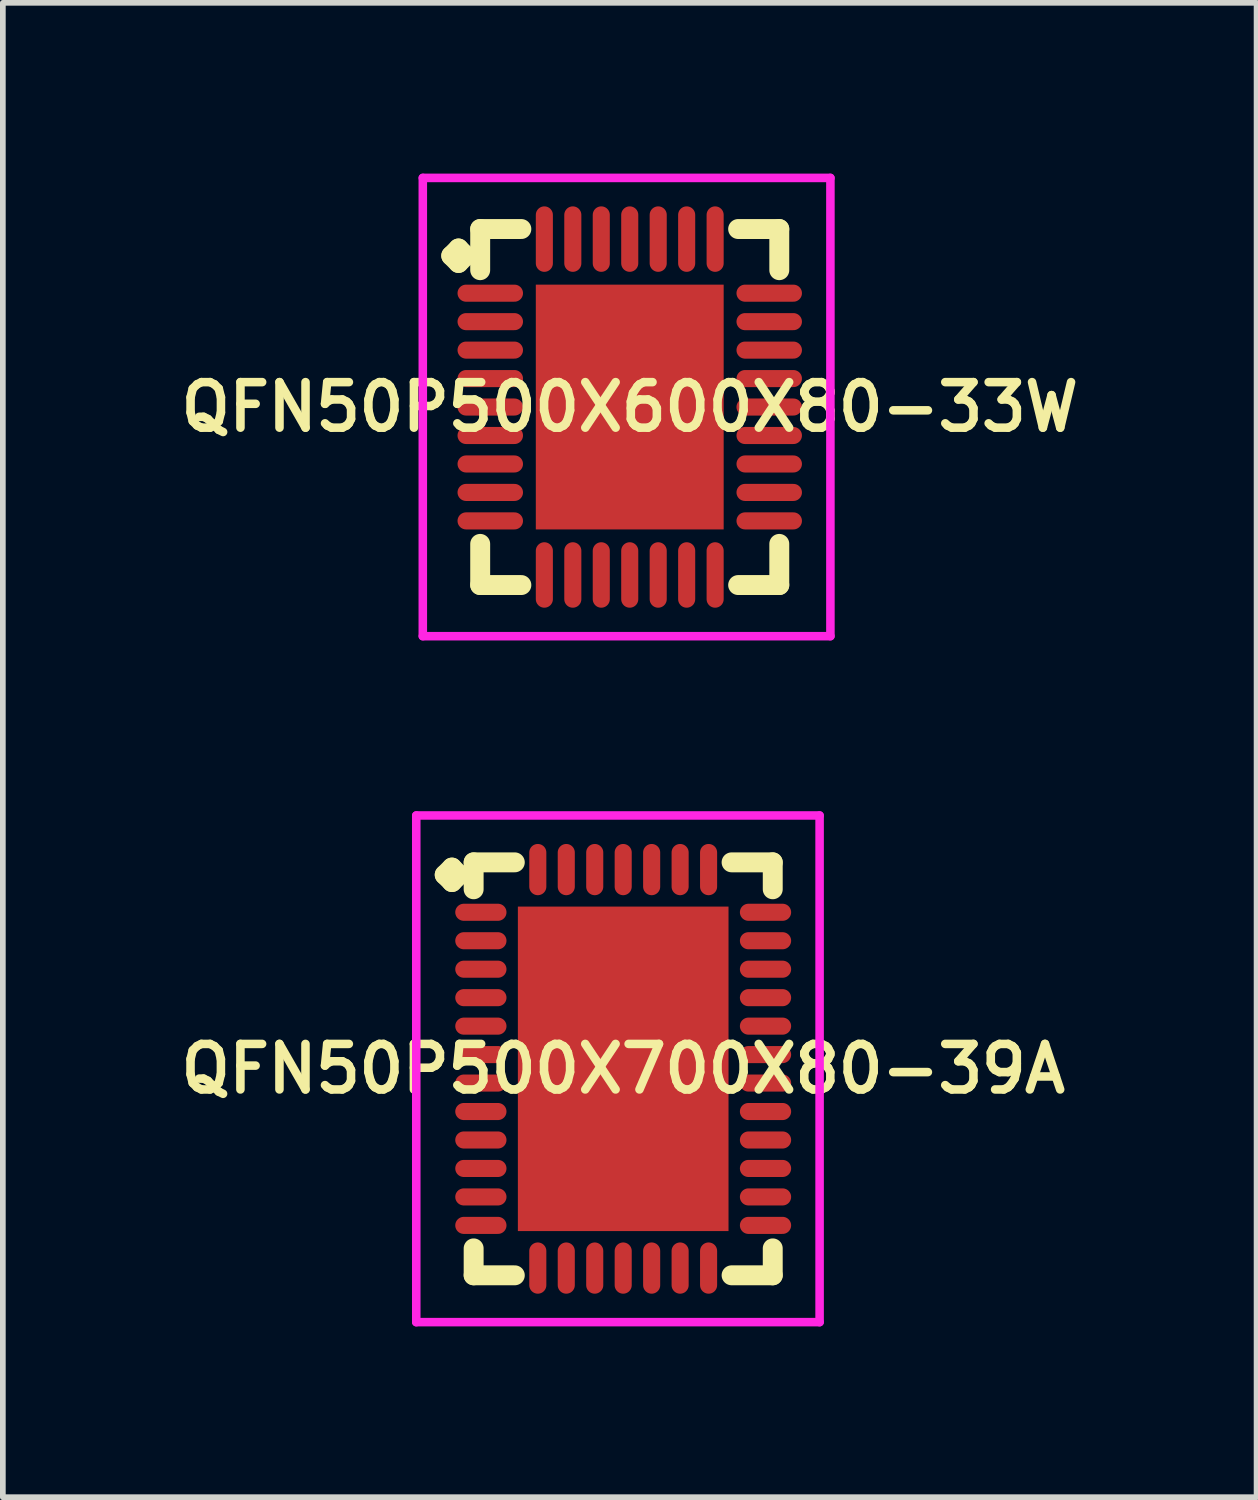
<source format=kicad_pcb>
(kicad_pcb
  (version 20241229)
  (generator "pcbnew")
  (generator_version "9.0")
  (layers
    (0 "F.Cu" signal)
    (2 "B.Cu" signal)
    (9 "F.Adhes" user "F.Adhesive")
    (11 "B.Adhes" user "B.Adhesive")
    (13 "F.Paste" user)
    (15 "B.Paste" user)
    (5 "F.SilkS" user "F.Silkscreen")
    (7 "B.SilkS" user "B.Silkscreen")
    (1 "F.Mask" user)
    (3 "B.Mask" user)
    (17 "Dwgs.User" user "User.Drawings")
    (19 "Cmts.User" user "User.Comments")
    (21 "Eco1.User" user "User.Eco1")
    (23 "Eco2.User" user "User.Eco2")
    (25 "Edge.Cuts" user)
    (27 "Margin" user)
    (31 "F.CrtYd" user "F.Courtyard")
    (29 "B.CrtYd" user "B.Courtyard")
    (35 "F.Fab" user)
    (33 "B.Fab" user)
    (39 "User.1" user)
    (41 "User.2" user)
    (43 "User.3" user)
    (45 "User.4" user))
  (footprint "QFN50P500X700X80-39A"
    (layer "F.Cu")
    (at 7.897 15.725)
    (property "Reference" "QFN50P500X700X80-39A" (at 0 0 0) (layer "F.SilkS") (effects (font (size 0.8 0.8) (thickness 0.15))))
    (attr smd)
    (fp_line (start -3.135 -3.408) (end -3.008 -3.535) (stroke (width 0.35) (type solid)) (layer "F.SilkS"))
    (fp_line (start -3.008 -3.535) (end -2.881 -3.408) (stroke (width 0.35) (type solid)) (layer "F.SilkS"))
    (fp_line (start -3.008 -3.281) (end -3.135 -3.408) (stroke (width 0.35) (type solid)) (layer "F.SilkS"))
    (fp_line (start -2.881 -3.408) (end -3.008 -3.281) (stroke (width 0.35) (type solid)) (layer "F.SilkS"))
    (fp_line (start -2.627 -3.627) (end -1.904 -3.627) (stroke (width 0.35) (type solid)) (layer "F.SilkS"))
    (fp_line (start -2.627 -3.154) (end -2.627 -3.627) (stroke (width 0.35) (type solid)) (layer "F.SilkS"))
    (fp_line (start -2.627 3.154) (end -2.627 3.627) (stroke (width 0.35) (type solid)) (layer "F.SilkS"))
    (fp_line (start -2.627 3.627) (end -1.904 3.627) (stroke (width 0.35) (type solid)) (layer "F.SilkS"))
    (fp_line (start 1.904 -3.627) (end 2.627 -3.627) (stroke (width 0.35) (type solid)) (layer "F.SilkS"))
    (fp_line (start 1.904 3.627) (end 2.627 3.627) (stroke (width 0.35) (type solid)) (layer "F.SilkS"))
    (fp_line (start 2.627 -3.627) (end 2.627 -3.154) (stroke (width 0.35) (type solid)) (layer "F.SilkS"))
    (fp_line (start 2.627 3.627) (end 2.627 3.154) (stroke (width 0.35) (type solid)) (layer "F.SilkS"))
    (fp_line (start -3.635 -4.45) (end 3.45 -4.45) (stroke (width 0.15) (type solid)) (layer "F.CrtYd"))
    (fp_line (start -3.635 4.45) (end -3.635 -4.45) (stroke (width 0.15) (type solid)) (layer "F.CrtYd"))
    (fp_line (start 3.45 -4.45) (end 3.45 4.45) (stroke (width 0.15) (type solid)) (layer "F.CrtYd"))
    (fp_line (start 3.45 4.45) (end -3.635 4.45) (stroke (width 0.15) (type solid)) (layer "F.CrtYd"))
    (pad "1" smd oval (at -2.5 -2.75) (size 0.9 0.3) (layers "F.Cu" "F.Mask" "F.Paste"))
    (pad "2" smd oval (at -2.5 -2.25) (size 0.9 0.3) (layers "F.Cu" "F.Mask" "F.Paste"))
    (pad "3" smd oval (at -2.5 -1.75) (size 0.9 0.3) (layers "F.Cu" "F.Mask" "F.Paste"))
    (pad "4" smd oval (at -2.5 -1.25) (size 0.9 0.3) (layers "F.Cu" "F.Mask" "F.Paste"))
    (pad "5" smd oval (at -2.5 -0.75) (size 0.9 0.3) (layers "F.Cu" "F.Mask" "F.Paste"))
    (pad "6" smd oval (at -2.5 -0.25) (size 0.9 0.3) (layers "F.Cu" "F.Mask" "F.Paste"))
    (pad "7" smd oval (at -2.5 0.25) (size 0.9 0.3) (layers "F.Cu" "F.Mask" "F.Paste"))
    (pad "8" smd oval (at -2.5 0.75) (size 0.9 0.3) (layers "F.Cu" "F.Mask" "F.Paste"))
    (pad "9" smd oval (at -2.5 1.25) (size 0.9 0.3) (layers "F.Cu" "F.Mask" "F.Paste"))
    (pad "10" smd oval (at -2.5 1.75) (size 0.9 0.3) (layers "F.Cu" "F.Mask" "F.Paste"))
    (pad "11" smd oval (at -2.5 2.25) (size 0.9 0.3) (layers "F.Cu" "F.Mask" "F.Paste"))
    (pad "12" smd oval (at -2.5 2.75) (size 0.9 0.3) (layers "F.Cu" "F.Mask" "F.Paste"))
    (pad "13" smd oval (at -1.5 3.5) (size 0.3 0.9) (layers "F.Cu" "F.Mask" "F.Paste"))
    (pad "14" smd oval (at -1 3.5) (size 0.3 0.9) (layers "F.Cu" "F.Mask" "F.Paste"))
    (pad "15" smd oval (at -0.5 3.5) (size 0.3 0.9) (layers "F.Cu" "F.Mask" "F.Paste"))
    (pad "16" smd oval (at 0 3.5) (size 0.3 0.9) (layers "F.Cu" "F.Mask" "F.Paste"))
    (pad "17" smd oval (at 0.5 3.5) (size 0.3 0.9) (layers "F.Cu" "F.Mask" "F.Paste"))
    (pad "18" smd oval (at 1 3.5) (size 0.3 0.9) (layers "F.Cu" "F.Mask" "F.Paste"))
    (pad "19" smd oval (at 1.5 3.5) (size 0.3 0.9) (layers "F.Cu" "F.Mask" "F.Paste"))
    (pad "20" smd oval (at 2.5 2.75) (size 0.9 0.3) (layers "F.Cu" "F.Mask" "F.Paste"))
    (pad "21" smd oval (at 2.5 2.25) (size 0.9 0.3) (layers "F.Cu" "F.Mask" "F.Paste"))
    (pad "22" smd oval (at 2.5 1.75) (size 0.9 0.3) (layers "F.Cu" "F.Mask" "F.Paste"))
    (pad "23" smd oval (at 2.5 1.25) (size 0.9 0.3) (layers "F.Cu" "F.Mask" "F.Paste"))
    (pad "24" smd oval (at 2.5 0.75) (size 0.9 0.3) (layers "F.Cu" "F.Mask" "F.Paste"))
    (pad "25" smd oval (at 2.5 0.25) (size 0.9 0.3) (layers "F.Cu" "F.Mask" "F.Paste"))
    (pad "26" smd oval (at 2.5 -0.25) (size 0.9 0.3) (layers "F.Cu" "F.Mask" "F.Paste"))
    (pad "27" smd oval (at 2.5 -0.75) (size 0.9 0.3) (layers "F.Cu" "F.Mask" "F.Paste"))
    (pad "28" smd oval (at 2.5 -1.25) (size 0.9 0.3) (layers "F.Cu" "F.Mask" "F.Paste"))
    (pad "29" smd oval (at 2.5 -1.75) (size 0.9 0.3) (layers "F.Cu" "F.Mask" "F.Paste"))
    (pad "30" smd oval (at 2.5 -2.25) (size 0.9 0.3) (layers "F.Cu" "F.Mask" "F.Paste"))
    (pad "31" smd oval (at 2.5 -2.75) (size 0.9 0.3) (layers "F.Cu" "F.Mask" "F.Paste"))
    (pad "32" smd oval (at 1.5 -3.5) (size 0.3 0.9) (layers "F.Cu" "F.Mask" "F.Paste"))
    (pad "33" smd oval (at 1 -3.5) (size 0.3 0.9) (layers "F.Cu" "F.Mask" "F.Paste"))
    (pad "34" smd oval (at 0.5 -3.5) (size 0.3 0.9) (layers "F.Cu" "F.Mask" "F.Paste"))
    (pad "35" smd oval (at 0 -3.5) (size 0.3 0.9) (layers "F.Cu" "F.Mask" "F.Paste"))
    (pad "36" smd oval (at -0.5 -3.5) (size 0.3 0.9) (layers "F.Cu" "F.Mask" "F.Paste"))
    (pad "37" smd oval (at -1 -3.5) (size 0.3 0.9) (layers "F.Cu" "F.Mask" "F.Paste"))
    (pad "38" smd oval (at -1.5 -3.5) (size 0.3 0.9) (layers "F.Cu" "F.Mask" "F.Paste"))
    (pad "39" smd rect (at 0 0) (size 3.7 5.7) (layers "F.Cu" "F.Mask" "F.Paste")))
  (footprint "QFN50P500X600X80-33W"
    (layer "F.Cu")
    (at 8.012 4.1)
    (property "Reference" "QFN50P500X600X80-33W" (at 0 0 0) (layer "F.SilkS") (effects (font (size 0.8 0.8) (thickness 0.15))))
    (attr smd)
    (fp_line (start -3.135 -2.658) (end -3.008 -2.785) (stroke (width 0.35) (type solid)) (layer "F.SilkS"))
    (fp_line (start -3.008 -2.785) (end -2.881 -2.658) (stroke (width 0.35) (type solid)) (layer "F.SilkS"))
    (fp_line (start -3.008 -2.531) (end -3.135 -2.658) (stroke (width 0.35) (type solid)) (layer "F.SilkS"))
    (fp_line (start -2.881 -2.658) (end -3.008 -2.531) (stroke (width 0.35) (type solid)) (layer "F.SilkS"))
    (fp_line (start -2.627 -3.127) (end -1.904 -3.127) (stroke (width 0.35) (type solid)) (layer "F.SilkS"))
    (fp_line (start -2.627 -2.404) (end -2.627 -3.127) (stroke (width 0.35) (type solid)) (layer "F.SilkS"))
    (fp_line (start -2.627 2.404) (end -2.627 3.127) (stroke (width 0.35) (type solid)) (layer "F.SilkS"))
    (fp_line (start -2.627 3.127) (end -1.904 3.127) (stroke (width 0.35) (type solid)) (layer "F.SilkS"))
    (fp_line (start 1.904 -3.127) (end 2.627 -3.127) (stroke (width 0.35) (type solid)) (layer "F.SilkS"))
    (fp_line (start 1.904 3.127) (end 2.627 3.127) (stroke (width 0.35) (type solid)) (layer "F.SilkS"))
    (fp_line (start 2.627 -3.127) (end 2.627 -2.404) (stroke (width 0.35) (type solid)) (layer "F.SilkS"))
    (fp_line (start 2.627 3.127) (end 2.627 2.404) (stroke (width 0.35) (type solid)) (layer "F.SilkS"))
    (fp_line (start -3.635 -4.025) (end 3.525 -4.025) (stroke (width 0.15) (type solid)) (layer "F.CrtYd"))
    (fp_line (start -3.635 4.025) (end -3.635 -4.025) (stroke (width 0.15) (type solid)) (layer "F.CrtYd"))
    (fp_line (start 3.525 -4.025) (end 3.525 4.025) (stroke (width 0.15) (type solid)) (layer "F.CrtYd"))
    (fp_line (start 3.525 4.025) (end -3.635 4.025) (stroke (width 0.15) (type solid)) (layer "F.CrtYd"))
    (pad "1" smd oval (at -2.45 -2) (size 1.15 0.3) (layers "F.Cu" "F.Mask" "F.Paste"))
    (pad "2" smd oval (at -2.45 -1.5) (size 1.15 0.3) (layers "F.Cu" "F.Mask" "F.Paste"))
    (pad "3" smd oval (at -2.45 -1) (size 1.15 0.3) (layers "F.Cu" "F.Mask" "F.Paste"))
    (pad "4" smd oval (at -2.45 -0.5) (size 1.15 0.3) (layers "F.Cu" "F.Mask" "F.Paste"))
    (pad "5" smd oval (at -2.45 0) (size 1.15 0.3) (layers "F.Cu" "F.Mask" "F.Paste"))
    (pad "6" smd oval (at -2.45 0.5) (size 1.15 0.3) (layers "F.Cu" "F.Mask" "F.Paste"))
    (pad "7" smd oval (at -2.45 1) (size 1.15 0.3) (layers "F.Cu" "F.Mask" "F.Paste"))
    (pad "8" smd oval (at -2.45 1.5) (size 1.15 0.3) (layers "F.Cu" "F.Mask" "F.Paste"))
    (pad "9" smd oval (at -2.45 2) (size 1.15 0.3) (layers "F.Cu" "F.Mask" "F.Paste"))
    (pad "10" smd oval (at -1.5 2.95) (size 0.3 1.15) (layers "F.Cu" "F.Mask" "F.Paste"))
    (pad "11" smd oval (at -1 2.95) (size 0.3 1.15) (layers "F.Cu" "F.Mask" "F.Paste"))
    (pad "12" smd oval (at -0.5 2.95) (size 0.3 1.15) (layers "F.Cu" "F.Mask" "F.Paste"))
    (pad "13" smd oval (at 0 2.95) (size 0.3 1.15) (layers "F.Cu" "F.Mask" "F.Paste"))
    (pad "14" smd oval (at 0.5 2.95) (size 0.3 1.15) (layers "F.Cu" "F.Mask" "F.Paste"))
    (pad "15" smd oval (at 1 2.95) (size 0.3 1.15) (layers "F.Cu" "F.Mask" "F.Paste"))
    (pad "16" smd oval (at 1.5 2.95) (size 0.3 1.15) (layers "F.Cu" "F.Mask" "F.Paste"))
    (pad "17" smd oval (at 2.45 2) (size 1.15 0.3) (layers "F.Cu" "F.Mask" "F.Paste"))
    (pad "18" smd oval (at 2.45 1.5) (size 1.15 0.3) (layers "F.Cu" "F.Mask" "F.Paste"))
    (pad "19" smd oval (at 2.45 1) (size 1.15 0.3) (layers "F.Cu" "F.Mask" "F.Paste"))
    (pad "20" smd oval (at 2.45 0.5) (size 1.15 0.3) (layers "F.Cu" "F.Mask" "F.Paste"))
    (pad "21" smd oval (at 2.45 0) (size 1.15 0.3) (layers "F.Cu" "F.Mask" "F.Paste"))
    (pad "22" smd oval (at 2.45 -0.5) (size 1.15 0.3) (layers "F.Cu" "F.Mask" "F.Paste"))
    (pad "23" smd oval (at 2.45 -1) (size 1.15 0.3) (layers "F.Cu" "F.Mask" "F.Paste"))
    (pad "24" smd oval (at 2.45 -1.5) (size 1.15 0.3) (layers "F.Cu" "F.Mask" "F.Paste"))
    (pad "25" smd oval (at 2.45 -2) (size 1.15 0.3) (layers "F.Cu" "F.Mask" "F.Paste"))
    (pad "26" smd oval (at 1.5 -2.95) (size 0.3 1.15) (layers "F.Cu" "F.Mask" "F.Paste"))
    (pad "27" smd oval (at 1 -2.95) (size 0.3 1.15) (layers "F.Cu" "F.Mask" "F.Paste"))
    (pad "28" smd oval (at 0.5 -2.95) (size 0.3 1.15) (layers "F.Cu" "F.Mask" "F.Paste"))
    (pad "29" smd oval (at 0 -2.95) (size 0.3 1.15) (layers "F.Cu" "F.Mask" "F.Paste"))
    (pad "30" smd oval (at -0.5 -2.95) (size 0.3 1.15) (layers "F.Cu" "F.Mask" "F.Paste"))
    (pad "31" smd oval (at -1 -2.95) (size 0.3 1.15) (layers "F.Cu" "F.Mask" "F.Paste"))
    (pad "32" smd oval (at -1.5 -2.95) (size 0.3 1.15) (layers "F.Cu" "F.Mask" "F.Paste"))
    (pad "33" smd rect (at 0 0) (size 3.3 4.3) (layers "F.Cu" "F.Mask" "F.Paste")))
  (gr_rect
    (start -3 -3)
    (end 19.023 23.25)
    (stroke (width 0.1) (type default))
    (fill no)
    (layer "Edge.Cuts")))
</source>
